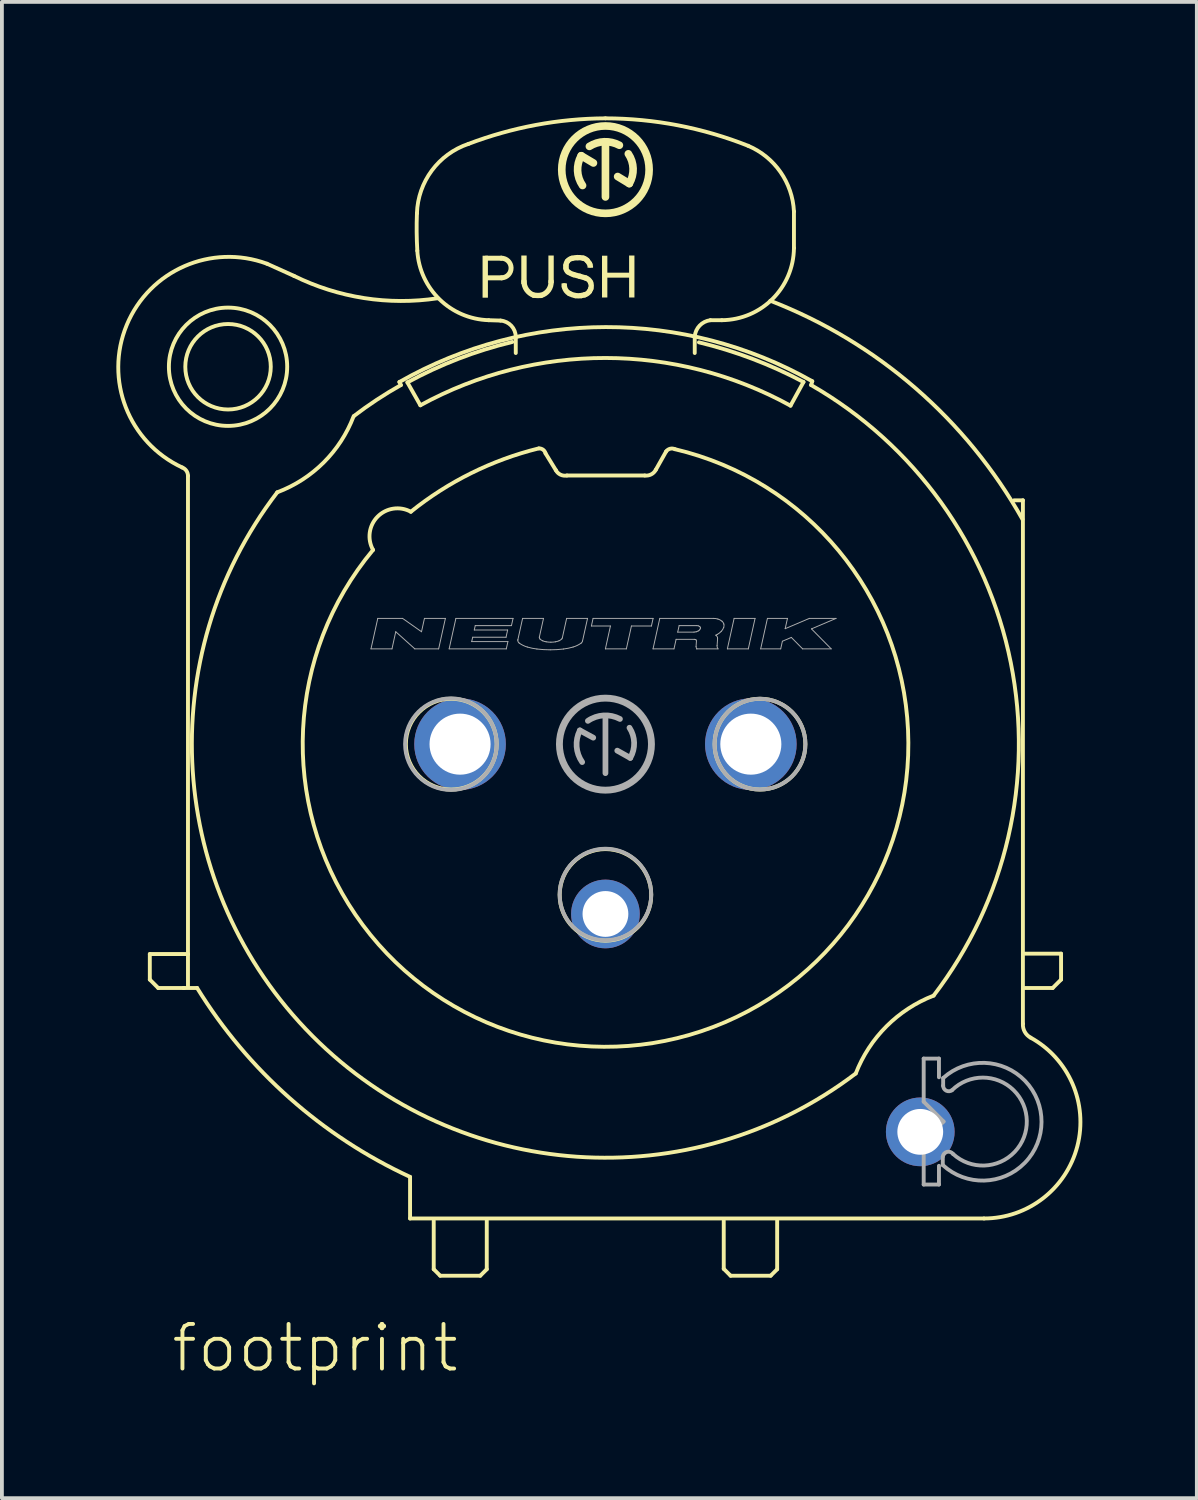
<source format=kicad_pcb>
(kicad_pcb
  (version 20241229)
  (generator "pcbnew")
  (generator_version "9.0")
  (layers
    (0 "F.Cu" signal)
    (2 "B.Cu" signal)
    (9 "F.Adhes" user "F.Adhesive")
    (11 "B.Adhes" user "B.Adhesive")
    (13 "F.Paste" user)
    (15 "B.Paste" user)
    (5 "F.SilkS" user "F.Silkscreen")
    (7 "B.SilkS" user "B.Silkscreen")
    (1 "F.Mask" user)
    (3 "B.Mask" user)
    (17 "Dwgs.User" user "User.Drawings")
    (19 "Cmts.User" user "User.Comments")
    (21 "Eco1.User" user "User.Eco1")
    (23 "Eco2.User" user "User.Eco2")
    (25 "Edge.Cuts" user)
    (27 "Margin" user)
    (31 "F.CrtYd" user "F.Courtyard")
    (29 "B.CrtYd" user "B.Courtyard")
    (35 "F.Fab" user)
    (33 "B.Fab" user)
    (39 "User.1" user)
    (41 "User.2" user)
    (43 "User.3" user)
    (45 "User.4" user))
  (footprint "footprint"
    (layer "F.Cu")
    (at 12.816 16.451)
    (property "Reference" "footprint" (at -11.43 16.51 0) (layer "F.SilkS") (effects (font (size 1.168 1.168) (thickness 0.102)) (justify left bottom)))
    (fp_line (start -11.94 5.5) (end -10.94 5.5) (stroke (width 0.102) (type solid)) (layer "F.SilkS"))
    (fp_line (start -11.94 6.17) (end -11.94 5.5) (stroke (width 0.102) (type solid)) (layer "F.SilkS"))
    (fp_line (start -11.72 6.39) (end -11.94 6.17) (stroke (width 0.102) (type solid)) (layer "F.SilkS"))
    (fp_line (start -11.05 6.39) (end -11.72 6.39) (stroke (width 0.102) (type solid)) (layer "F.SilkS"))
    (fp_line (start -11.05 6.39) (end -10.7 6.39) (stroke (width 0.102) (type solid)) (layer "F.SilkS"))
    (fp_line (start -11.04 6.39) (end -11.05 6.39) (stroke (width 0.102) (type solid)) (layer "F.SilkS"))
    (fp_line (start -10.94 5.5) (end -10.94 -7.03) (stroke (width 0.102) (type solid)) (layer "F.SilkS"))
    (fp_line (start -10.94 6.35) (end -10.94 5.52) (stroke (width 0.102) (type solid)) (layer "F.SilkS"))
    (fp_line (start -5.4 -9.49) (end -5.36 -9.41) (stroke (width 0.102) (type solid)) (layer "F.SilkS"))
    (fp_line (start -5.19 -9.48) (end -4.85 -8.88) (stroke (width 0.102) (type solid)) (layer "F.SilkS"))
    (fp_line (start -5.12 11.34) (end -5.12 12.43) (stroke (width 0.102) (type solid)) (layer "F.SilkS"))
    (fp_line (start -5.12 12.43) (end 9.92 12.43) (stroke (width 0.102) (type solid)) (layer "F.SilkS"))
    (fp_line (start -4.5 12.49) (end -4.5 13.76) (stroke (width 0.102) (type solid)) (layer "F.SilkS"))
    (fp_line (start -4.5 13.76) (end -4.33 13.93) (stroke (width 0.102) (type solid)) (layer "F.SilkS"))
    (fp_line (start -4.33 13.93) (end -3.28 13.93) (stroke (width 0.102) (type solid)) (layer "F.SilkS"))
    (fp_line (start -3.28 13.93) (end -3.11 13.76) (stroke (width 0.102) (type solid)) (layer "F.SilkS"))
    (fp_line (start -3.13 -12.735) (end -2.73 -12.735) (stroke (width 0.13) (type solid)) (layer "F.SilkS"))
    (fp_line (start -3.11 13.76) (end -3.11 12.47) (stroke (width 0.102) (type solid)) (layer "F.SilkS"))
    (fp_line (start -2.75 -11.1) (end -3.06 -11.11) (stroke (width 0.102) (type solid)) (layer "F.SilkS"))
    (fp_line (start -2.72 -12.22) (end -3.11 -12.22) (stroke (width 0.13) (type solid)) (layer "F.SilkS"))
    (fp_line (start -2.35 -10.25) (end -2.35 -10.67) (stroke (width 0.102) (type solid)) (layer "F.SilkS"))
    (fp_line (start -1.3 -7.18) (end -1.57 -7.62) (stroke (width 0.102) (type solid)) (layer "F.SilkS"))
    (fp_line (start -1.08 -12.01) (end -1.075 -11.985) (stroke (width 0.14) (type solid)) (layer "F.SilkS"))
    (fp_line (start -0.315 -15.23) (end -0.635 -15.42) (stroke (width 0.2) (type solid)) (layer "F.SilkS"))
    (fp_line (start 0 -14.34) (end 0 -15.73) (stroke (width 0.2) (type solid)) (layer "F.SilkS"))
    (fp_line (start 0.32 -14.875) (end 0.625 -14.69) (stroke (width 0.2) (type solid)) (layer "F.SilkS"))
    (fp_line (start 1.03 -7.04) (end -1.01 -7.04) (stroke (width 0.102) (type solid)) (layer "F.SilkS"))
    (fp_line (start 1.59 -7.67) (end 1.32 -7.19) (stroke (width 0.102) (type solid)) (layer "F.SilkS"))
    (fp_line (start 3.1 12.49) (end 3.1 13.75) (stroke (width 0.102) (type solid)) (layer "F.SilkS"))
    (fp_line (start 3.1 13.75) (end 3.28 13.93) (stroke (width 0.102) (type solid)) (layer "F.SilkS"))
    (fp_line (start 3.28 13.93) (end 4.33 13.93) (stroke (width 0.102) (type solid)) (layer "F.SilkS"))
    (fp_line (start 4.33 13.93) (end 4.5 13.76) (stroke (width 0.102) (type solid)) (layer "F.SilkS"))
    (fp_line (start 4.5 13.76) (end 4.5 12.48) (stroke (width 0.102) (type solid)) (layer "F.SilkS"))
    (fp_line (start 4.85 -8.87) (end 5.19 -9.49) (stroke (width 0.102) (type solid)) (layer "F.SilkS"))
    (fp_line (start 4.94 -13.96) (end 4.94 -13) (stroke (width 0.102) (type solid)) (layer "F.SilkS"))
    (fp_line (start 5.39 -9.41) (end 5.42 -9.51) (stroke (width 0.102) (type solid)) (layer "F.SilkS"))
    (fp_line (start 10.94 -6.39) (end 10.71 -6.39) (stroke (width 0.102) (type solid)) (layer "F.SilkS"))
    (fp_line (start 10.94 7.33) (end 10.94 -6.39) (stroke (width 0.102) (type solid)) (layer "F.SilkS"))
    (fp_line (start 10.99 6.39) (end 11.72 6.39) (stroke (width 0.102) (type solid)) (layer "F.SilkS"))
    (fp_line (start 11.72 6.39) (end 11.94 6.17) (stroke (width 0.102) (type solid)) (layer "F.SilkS"))
    (fp_line (start 11.94 5.49) (end 10.99 5.49) (stroke (width 0.102) (type solid)) (layer "F.SilkS"))
    (fp_line (start 11.94 6.17) (end 11.94 5.49) (stroke (width 0.102) (type solid)) (layer "F.SilkS"))
    (fp_arc (start -11.090001 -7.25) (mid -10.981063 -7.163139) (end -10.94 -7.03) (stroke (width 0.1016) (type solid)) (layer "F.SilkS"))
    (fp_arc (start -11.09 -7.25) (mid -12.543512 -10.985729) (end -8.87 -12.59) (stroke (width 0.1016) (type solid)) (layer "F.SilkS"))
    (fp_arc (start -8.87 -12.59) (mid -8.514255 -12.431652) (end -8.16 -12.27) (stroke (width 0.1016) (type solid)) (layer "F.SilkS"))
    (fp_arc (start -6.6 -8.589999) (mid -7.385874 -7.379798) (end -8.6 -6.6) (stroke (width 0.1016) (type solid)) (layer "F.SilkS"))
    (fp_arc (start -6.59 -8.6) (mid -5.989419 -9.026896) (end -5.36 -9.41) (stroke (width 0.1016) (type solid)) (layer "F.SilkS"))
    (fp_arc (start -6.09 -5.09) (mid -5.970889 -5.96213) (end -5.1 -6.09) (stroke (width 0.1016) (type solid)) (layer "F.SilkS"))
    (fp_arc (start -5.4 -9.49) (mid 0.007357 -10.929608) (end 5.42 -9.51) (stroke (width 0.1016) (type solid)) (layer "F.SilkS"))
    (fp_arc (start -5.19 -9.48) (mid -3.849732 -10.100106) (end -2.44 -10.54) (stroke (width 0.1016) (type solid)) (layer "F.SilkS"))
    (fp_arc (start -5.12 11.339999) (mid -8.274831 9.276263) (end -10.7 6.39) (stroke (width 0.1016) (type solid)) (layer "F.SilkS"))
    (fp_arc (start -5.1 -6.09) (mid -3.515654 -7.102947) (end -1.75 -7.75) (stroke (width 0.1016) (type solid)) (layer "F.SilkS"))
    (fp_arc (start -4.94 -13.91) (mid -4.550179 -15.031535) (end -3.589998 -15.73) (stroke (width 0.1016) (type solid)) (layer "F.SilkS"))
    (fp_arc (start -4.93 -12.93) (mid -4.946992 -13.419878) (end -4.94 -13.91) (stroke (width 0.1016) (type solid)) (layer "F.SilkS"))
    (fp_arc (start -4.85 -8.88) (mid 0.001283 -10.119665) (end 4.850001 -8.870001) (stroke (width 0.1016) (type solid)) (layer "F.SilkS"))
    (fp_arc (start -4.3995 -11.6841) (mid -6.324542 -11.689559) (end -8.16 -12.27) (stroke (width 0.1016) (type solid)) (layer "F.SilkS"))
    (fp_arc (start -3.59 -15.73) (mid -1.825069 -16.226116) (end 0 -16.4) (stroke (width 0.1016) (type solid)) (layer "F.SilkS"))
    (fp_arc (start -3.06 -11.11) (mid -4.347877 -11.657428) (end -4.929998 -12.93) (stroke (width 0.1016) (type solid)) (layer "F.SilkS"))
    (fp_arc (start -2.75 -11.1) (mid -2.465454 -10.963647) (end -2.35 -10.67) (stroke (width 0.1016) (type solid)) (layer "F.SilkS"))
    (fp_arc (start -2.73 -12.735) (mid -2.47245 -12.482404) (end -2.719998 -12.219998) (stroke (width 0.13) (type solid)) (layer "F.SilkS"))
    (fp_arc (start -1.88 -11.765) (mid -2.064528 -11.907658) (end -2.135 -12.13) (stroke (width 0.14) (type solid)) (layer "F.SilkS"))
    (fp_arc (start -1.74 -7.75) (mid -1.632357 -7.71461) (end -1.57 -7.62) (stroke (width 0.1016) (type solid)) (layer "F.SilkS"))
    (fp_arc (start -1.69 -11.76) (mid -1.785118 -11.758012) (end -1.88 -11.765) (stroke (width 0.14) (type solid)) (layer "F.SilkS"))
    (fp_arc (start -1.425 -12.13) (mid -1.491164 -11.897489) (end -1.69 -11.76) (stroke (width 0.14) (type solid)) (layer "F.SilkS"))
    (fp_arc (start -1.035 -12.545) (mid -1.023241 -12.602997) (end -0.994999 -12.655) (stroke (width 0.14) (type solid)) (layer "F.SilkS"))
    (fp_arc (start -1.035 -12.475) (mid -1.035897 -12.51) (end -1.035 -12.545) (stroke (width 0.14) (type solid)) (layer "F.SilkS"))
    (fp_arc (start -1.01 -7.04) (mid -1.178221 -7.061899) (end -1.299999 -7.18) (stroke (width 0.1016) (type solid)) (layer "F.SilkS"))
    (fp_arc (start -0.995 -12.655) (mid -0.944061 -12.70256) (end -0.88 -12.73) (stroke (width 0.14) (type solid)) (layer "F.SilkS"))
    (fp_arc (start -0.98 -12.375) (mid -1.018984 -12.418684) (end -1.035 -12.475001) (stroke (width 0.14) (type solid)) (layer "F.SilkS"))
    (fp_arc (start -0.945 -11.809999) (mid -1.02964 -11.88291) (end -1.075 -11.985) (stroke (width 0.14) (type solid)) (layer "F.SilkS"))
    (fp_arc (start -0.88 -12.73) (mid -0.805495 -12.743715) (end -0.73 -12.75) (stroke (width 0.14) (type solid)) (layer "F.SilkS"))
    (fp_arc (start -0.835 -12.305) (mid -0.91042 -12.33395) (end -0.98 -12.375) (stroke (width 0.14) (type solid)) (layer "F.SilkS"))
    (fp_arc (start -0.785 -11.755) (mid -0.867193 -11.776119) (end -0.945 -11.81) (stroke (width 0.14) (type solid)) (layer "F.SilkS"))
    (fp_arc (start -0.73 -12.75) (mid -0.654498 -12.747518) (end -0.58 -12.735) (stroke (width 0.14) (type solid)) (layer "F.SilkS"))
    (fp_arc (start -0.67 -12.26) (mid -0.752692 -12.281798) (end -0.835 -12.305) (stroke (width 0.14) (type solid)) (layer "F.SilkS"))
    (fp_arc (start -0.67 -12.26) (mid -0.592125 -12.238792) (end -0.515 -12.215) (stroke (width 0.14) (type solid)) (layer "F.SilkS"))
    (fp_arc (start -0.635 -11.755) (mid -0.71 -11.748536) (end -0.785 -11.755) (stroke (width 0.14) (type solid)) (layer "F.SilkS"))
    (fp_arc (start -0.600001 -14.640001) (mid -0.729534 -15.024974) (end -0.635 -15.42) (stroke (width 0.2) (type solid)) (layer "F.SilkS"))
    (fp_arc (start -0.58 -12.735) (mid -0.52536 -12.712732) (end -0.479999 -12.675) (stroke (width 0.14) (type solid)) (layer "F.SilkS"))
    (fp_arc (start -0.545 -11.775) (mid -0.589766 -11.763948) (end -0.635 -11.755) (stroke (width 0.14) (type solid)) (layer "F.SilkS"))
    (fp_arc (start -0.515 -12.214999) (mid -0.439996 -12.171091) (end -0.39 -12.1) (stroke (width 0.14) (type solid)) (layer "F.SilkS"))
    (fp_arc (start -0.48 -12.675) (mid -0.448393 -12.636205) (end -0.42 -12.595) (stroke (width 0.14) (type solid)) (layer "F.SilkS"))
    (fp_arc (start -0.42 -15.665) (mid -0.031557 -15.786174) (end 0.365001 -15.695) (stroke (width 0.2) (type solid)) (layer "F.SilkS"))
    (fp_arc (start -0.42 -12.595) (mid -0.409613 -12.577721) (end -0.4 -12.56) (stroke (width 0.14) (type solid)) (layer "F.SilkS"))
    (fp_arc (start -0.42 -11.865) (mid -0.474346 -11.808675) (end -0.545 -11.775) (stroke (width 0.14) (type solid)) (layer "F.SilkS"))
    (fp_arc (start -0.39 -12.1) (mid -0.372108 -12.017966) (end -0.385 -11.935) (stroke (width 0.14) (type solid)) (layer "F.SilkS"))
    (fp_arc (start -0.385 -11.935) (mid -0.40031 -11.898905) (end -0.42 -11.865) (stroke (width 0.14) (type solid)) (layer "F.SilkS"))
    (fp_arc (start 0 -16.4) (mid 1.903896 -16.21607) (end 3.74 -15.68) (stroke (width 0.1016) (type solid)) (layer "F.SilkS"))
    (fp_arc (start 0.6 -15.469999) (mid 0.725239 -15.083613) (end 0.625 -14.69) (stroke (width 0.2) (type solid)) (layer "F.SilkS"))
    (fp_arc (start 1.32 -7.19) (mid 1.198655 -7.069267) (end 1.03 -7.04) (stroke (width 0.1016) (type solid)) (layer "F.SilkS"))
    (fp_arc (start 1.59 -7.67) (mid 1.694294 -7.741041) (end 1.82 -7.73) (stroke (width 0.1016) (type solid)) (layer "F.SilkS"))
    (fp_arc (start 1.820001 -7.729999) (mid 2.514914 7.522132) (end -6.09 -5.09) (stroke (width 0.1016) (type solid)) (layer "F.SilkS"))
    (fp_arc (start 2.339999 -10.680001) (mid 2.468258 -10.968173) (end 2.75 -11.11) (stroke (width 0.1016) (type solid)) (layer "F.SilkS"))
    (fp_arc (start 2.34 -10.68) (mid 2.341373 -10.465) (end 2.34 -10.25) (stroke (width 0.1016) (type solid)) (layer "F.SilkS"))
    (fp_arc (start 2.45 -10.53) (mid 3.852843 -10.096528) (end 5.19 -9.49) (stroke (width 0.1016) (type solid)) (layer "F.SilkS"))
    (fp_arc (start 2.75 -11.11) (mid 2.9 -11.110782) (end 3.05 -11.11) (stroke (width 0.1016) (type solid)) (layer "F.SilkS"))
    (fp_arc (start 3.74 -15.68) (mid 4.587041 -14.992353) (end 4.94 -13.959999) (stroke (width 0.1016) (type solid)) (layer "F.SilkS"))
    (fp_arc (start 4.3216 -11.6192) (mid 8.12432 -9.329623) (end 10.93 -5.890001) (stroke (width 0.1016) (type solid)) (layer "F.SilkS"))
    (fp_arc (start 4.94 -13) (mid 4.380591 -11.669408) (end 3.049999 -11.109999) (stroke (width 0.1016) (type solid)) (layer "F.SilkS"))
    (fp_arc (start 5.390001 -9.409999) (mid 10.621564 -2.137578) (end 8.6 6.59) (stroke (width 0.1016) (type solid)) (layer "F.SilkS"))
    (fp_arc (start 6.559998 8.630002) (mid -7.680583 7.644968) (end -8.6 -6.6) (stroke (width 0.1016) (type solid)) (layer "F.SilkS"))
    (fp_arc (start 6.56 8.63) (mid 7.3644 7.3944) (end 8.6 6.59) (stroke (width 0.1016) (type solid)) (layer "F.SilkS"))
    (fp_arc (start 11.14 7.689999) (mid 12.367244 10.532876) (end 9.92 12.43) (stroke (width 0.1016) (type solid)) (layer "F.SilkS"))
    (fp_arc (start 11.14 7.69) (mid 10.988255 7.538747) (end 10.94 7.33) (stroke (width 0.1016) (type solid)) (layer "F.SilkS"))
    (fp_circle (center -9.89 -9.89) (end -8.77 -9.89) (stroke (width 0.102) (type solid)) (fill no) (layer "F.SilkS"))
    (fp_circle (center -9.89 -9.89) (end -8.34 -9.89) (stroke (width 0.102) (type solid)) (fill no) (layer "F.SilkS"))
    (fp_circle (center -4.04 0) (end -2.85 0) (stroke (width 0.102) (type solid)) (fill no) (layer "F.SilkS"))
    (fp_circle (center 0 -15.055) (end 1.145 -15.055) (stroke (width 0.2) (type solid)) (fill no) (layer "F.SilkS"))
    (fp_circle (center 0 3.95) (end 1.2 3.95) (stroke (width 0.102) (type solid)) (fill no) (layer "F.SilkS"))
    (fp_circle (center 4.05 0) (end 5.24 0) (stroke (width 0.102) (type solid)) (fill no) (layer "F.SilkS"))
    (fp_poly (pts (xy -3.22 -11.7) (xy -3.08 -11.7) (xy -3.08 -12.8) (xy -3.22 -12.8)) (stroke (width 0) (type solid)) (fill yes) (layer "F.SilkS"))
    (fp_poly (pts (xy -2.205 -12.06) (xy -2.065 -12.06) (xy -2.065 -12.805) (xy -2.205 -12.805)) (stroke (width 0) (type solid)) (fill yes) (layer "F.SilkS"))
    (fp_poly (pts (xy -1.495 -12.08) (xy -1.355 -12.08) (xy -1.355 -12.805) (xy -1.495 -12.805)) (stroke (width 0) (type solid)) (fill yes) (layer "F.SilkS"))
    (fp_poly (pts (xy -1.15 -12.025) (xy -1.01 -12.025) (xy -1.01 -12.075) (xy -1.15 -12.075)) (stroke (width 0) (type solid)) (fill yes) (layer "F.SilkS"))
    (fp_poly (pts (xy -0.47 -12.485) (xy -0.325 -12.485) (xy -0.325 -12.545) (xy -0.47 -12.545)) (stroke (width 0) (type solid)) (fill yes) (layer "F.SilkS"))
    (fp_poly (pts (xy -0.09 -11.705) (xy 0.05 -11.705) (xy 0.05 -12.8) (xy -0.09 -12.8)) (stroke (width 0) (type solid)) (fill yes) (layer "F.SilkS"))
    (fp_poly (pts (xy 0.035 -12.225) (xy 0.64 -12.225) (xy 0.64 -12.355) (xy 0.035 -12.355)) (stroke (width 0) (type solid)) (fill yes) (layer "F.SilkS"))
    (fp_poly (pts (xy 0.62 -11.705) (xy 0.76 -11.705) (xy 0.76 -12.805) (xy 0.62 -12.805)) (stroke (width 0) (type solid)) (fill yes) (layer "F.SilkS"))
    (fp_line (start -6.144 -2.497) (end -5.966 -3.296) (stroke (width 0.025) (type solid)) (layer "F.Fab"))
    (fp_line (start -6.144 -2.497) (end -5.594 -2.497) (stroke (width 0.025) (type solid)) (layer "F.Fab"))
    (fp_line (start -5.966 -3.296) (end -5.317 -3.296) (stroke (width 0.025) (type solid)) (layer "F.Fab"))
    (fp_line (start -5.594 -2.497) (end -5.495 -2.946) (stroke (width 0.025) (type solid)) (layer "F.Fab"))
    (fp_line (start -5.495 -2.946) (end -4.995 -2.497) (stroke (width 0.025) (type solid)) (layer "F.Fab"))
    (fp_line (start -5.317 -3.296) (end -4.82 -2.946) (stroke (width 0.025) (type solid)) (layer "F.Fab"))
    (fp_line (start -4.995 -2.497) (end -4.371 -2.497) (stroke (width 0.025) (type solid)) (layer "F.Fab"))
    (fp_line (start -4.82 -2.946) (end -4.743 -3.296) (stroke (width 0.025) (type solid)) (layer "F.Fab"))
    (fp_line (start -4.743 -3.296) (end -4.194 -3.296) (stroke (width 0.025) (type solid)) (layer "F.Fab"))
    (fp_line (start -4.371 -2.497) (end -4.194 -3.296) (stroke (width 0.025) (type solid)) (layer "F.Fab"))
    (fp_line (start -4.096 -2.497) (end -3.919 -3.296) (stroke (width 0.025) (type solid)) (layer "F.Fab"))
    (fp_line (start -4.096 -2.497) (end -2.598 -2.497) (stroke (width 0.025) (type solid)) (layer "F.Fab"))
    (fp_line (start -3.919 -3.296) (end -2.421 -3.296) (stroke (width 0.025) (type solid)) (layer "F.Fab"))
    (fp_line (start -3.505 -2.687) (end -3.479 -2.802) (stroke (width 0.025) (type solid)) (layer "F.Fab"))
    (fp_line (start -3.505 -2.687) (end -2.556 -2.687) (stroke (width 0.025) (type solid)) (layer "F.Fab"))
    (fp_line (start -3.479 -2.802) (end -2.605 -2.802) (stroke (width 0.025) (type solid)) (layer "F.Fab"))
    (fp_line (start -3.437 -2.991) (end -3.412 -3.106) (stroke (width 0.025) (type solid)) (layer "F.Fab"))
    (fp_line (start -3.437 -2.991) (end -2.563 -2.991) (stroke (width 0.025) (type solid)) (layer "F.Fab"))
    (fp_line (start -3.412 -3.106) (end -2.463 -3.106) (stroke (width 0.025) (type solid)) (layer "F.Fab"))
    (fp_line (start -2.605 -2.802) (end -2.563 -2.991) (stroke (width 0.025) (type solid)) (layer "F.Fab"))
    (fp_line (start -2.598 -2.497) (end -2.556 -2.687) (stroke (width 0.025) (type solid)) (layer "F.Fab"))
    (fp_line (start -2.463 -3.106) (end -2.421 -3.296) (stroke (width 0.025) (type solid)) (layer "F.Fab"))
    (fp_line (start -2.294 -2.741) (end -2.171 -3.296) (stroke (width 0.025) (type solid)) (layer "F.Fab"))
    (fp_line (start -2.171 -3.296) (end -1.623 -3.296) (stroke (width 0.025) (type solid)) (layer "F.Fab"))
    (fp_line (start -1.731 -2.81) (end -1.623 -3.296) (stroke (width 0.025) (type solid)) (layer "F.Fab"))
    (fp_line (start -1.13 -2.784) (end -1.017 -3.296) (stroke (width 0.025) (type solid)) (layer "F.Fab"))
    (fp_line (start -1.017 -3.296) (end -0.469 -3.296) (stroke (width 0.025) (type solid)) (layer "F.Fab"))
    (fp_line (start -0.67 -0.36) (end -0.32 -0.17) (stroke (width 0.15) (type solid)) (layer "F.Fab"))
    (fp_line (start -0.601 -2.702) (end -0.469 -3.296) (stroke (width 0.025) (type solid)) (layer "F.Fab"))
    (fp_line (start -0.368 -3.096) (end -0.324 -3.296) (stroke (width 0.025) (type solid)) (layer "F.Fab"))
    (fp_line (start -0.368 -3.096) (end 0.131 -3.096) (stroke (width 0.025) (type solid)) (layer "F.Fab"))
    (fp_line (start -0.324 -3.296) (end 1.249 -3.296) (stroke (width 0.025) (type solid)) (layer "F.Fab"))
    (fp_line (start -0.001 -2.497) (end 0.131 -3.096) (stroke (width 0.025) (type solid)) (layer "F.Fab"))
    (fp_line (start -0.001 -2.497) (end 0.548 -2.497) (stroke (width 0.025) (type solid)) (layer "F.Fab"))
    (fp_line (start 0 0.76) (end 0 -0.74) (stroke (width 0.15) (type solid)) (layer "F.Fab"))
    (fp_line (start 0.31 0.17) (end 0.65 0.36) (stroke (width 0.15) (type solid)) (layer "F.Fab"))
    (fp_line (start 0.548 -2.497) (end 0.681 -3.096) (stroke (width 0.025) (type solid)) (layer "F.Fab"))
    (fp_line (start 0.681 -3.096) (end 1.205 -3.096) (stroke (width 0.025) (type solid)) (layer "F.Fab"))
    (fp_line (start 1.205 -3.096) (end 1.249 -3.296) (stroke (width 0.025) (type solid)) (layer "F.Fab"))
    (fp_line (start 1.247 -2.497) (end 1.424 -3.296) (stroke (width 0.025) (type solid)) (layer "F.Fab"))
    (fp_line (start 1.247 -2.497) (end 1.796 -2.497) (stroke (width 0.025) (type solid)) (layer "F.Fab"))
    (fp_line (start 1.424 -3.296) (end 2.826 -3.296) (stroke (width 0.025) (type solid)) (layer "F.Fab"))
    (fp_line (start 1.796 -2.497) (end 1.852 -2.747) (stroke (width 0.025) (type solid)) (layer "F.Fab"))
    (fp_line (start 1.852 -2.747) (end 2.328 -2.747) (stroke (width 0.025) (type solid)) (layer "F.Fab"))
    (fp_line (start 1.894 -2.936) (end 1.931 -3.106) (stroke (width 0.025) (type solid)) (layer "F.Fab"))
    (fp_line (start 1.894 -2.936) (end 2.321 -2.936) (stroke (width 0.025) (type solid)) (layer "F.Fab"))
    (fp_line (start 1.931 -3.106) (end 2.394 -3.106) (stroke (width 0.025) (type solid)) (layer "F.Fab"))
    (fp_line (start 2.375 -2.561) (end 2.385 -2.707) (stroke (width 0.025) (type solid)) (layer "F.Fab"))
    (fp_line (start 2.394 -2.497) (end 2.394 -2.497) (stroke (width 0.025) (type solid)) (layer "F.Fab"))
    (fp_line (start 2.394 -2.497) (end 2.95 -2.497) (stroke (width 0.025) (type solid)) (layer "F.Fab"))
    (fp_line (start 2.926 -2.581) (end 2.939 -2.767) (stroke (width 0.025) (type solid)) (layer "F.Fab"))
    (fp_line (start 3.195 -2.497) (end 3.372 -3.296) (stroke (width 0.025) (type solid)) (layer "F.Fab"))
    (fp_line (start 3.195 -2.497) (end 3.744 -2.497) (stroke (width 0.025) (type solid)) (layer "F.Fab"))
    (fp_line (start 3.372 -3.296) (end 3.921 -3.296) (stroke (width 0.025) (type solid)) (layer "F.Fab"))
    (fp_line (start 3.744 -2.497) (end 3.921 -3.296) (stroke (width 0.025) (type solid)) (layer "F.Fab"))
    (fp_line (start 4.068 -2.497) (end 4.245 -3.296) (stroke (width 0.025) (type solid)) (layer "F.Fab"))
    (fp_line (start 4.068 -2.497) (end 4.593 -2.497) (stroke (width 0.025) (type solid)) (layer "F.Fab"))
    (fp_line (start 4.245 -3.296) (end 4.77 -3.296) (stroke (width 0.025) (type solid)) (layer "F.Fab"))
    (fp_line (start 4.593 -2.497) (end 4.637 -2.697) (stroke (width 0.025) (type solid)) (layer "F.Fab"))
    (fp_line (start 4.637 -2.697) (end 4.871 -2.797) (stroke (width 0.025) (type solid)) (layer "F.Fab"))
    (fp_line (start 4.71 -3.026) (end 4.77 -3.296) (stroke (width 0.025) (type solid)) (layer "F.Fab"))
    (fp_line (start 4.71 -3.026) (end 5.344 -3.296) (stroke (width 0.025) (type solid)) (layer "F.Fab"))
    (fp_line (start 4.871 -2.797) (end 5.167 -2.497) (stroke (width 0.025) (type solid)) (layer "F.Fab"))
    (fp_line (start 5.167 -2.497) (end 5.916 -2.497) (stroke (width 0.025) (type solid)) (layer "F.Fab"))
    (fp_line (start 5.344 -3.296) (end 6.043 -3.296) (stroke (width 0.025) (type solid)) (layer "F.Fab"))
    (fp_line (start 5.399 -3.021) (end 5.916 -2.497) (stroke (width 0.025) (type solid)) (layer "F.Fab"))
    (fp_line (start 5.399 -3.021) (end 6.043 -3.296) (stroke (width 0.025) (type solid)) (layer "F.Fab"))
    (fp_line (start 8.34 8.24) (end 8.34 9.37) (stroke (width 0.102) (type solid)) (layer "F.Fab"))
    (fp_line (start 8.34 8.24) (end 8.74 8.24) (stroke (width 0.102) (type solid)) (layer "F.Fab"))
    (fp_line (start 8.34 9.37) (end 8.86 9.89) (stroke (width 0.102) (type solid)) (layer "F.Fab"))
    (fp_line (start 8.34 10.41) (end 8.34 11.54) (stroke (width 0.102) (type solid)) (layer "F.Fab"))
    (fp_line (start 8.34 11.54) (end 8.74 11.54) (stroke (width 0.102) (type solid)) (layer "F.Fab"))
    (fp_line (start 8.74 8.24) (end 8.74 8.73) (stroke (width 0.102) (type solid)) (layer "F.Fab"))
    (fp_line (start 8.74 11.54) (end 8.74 11.05) (stroke (width 0.102) (type solid)) (layer "F.Fab"))
    (fp_line (start 8.84 11.03) (end 8.84 10.82) (stroke (width 0.102) (type solid)) (layer "F.Fab"))
    (fp_line (start 8.85 8.75) (end 8.85 8.95) (stroke (width 0.102) (type solid)) (layer "F.Fab"))
    (fp_line (start 8.86 9.89) (end 8.34 10.41) (stroke (width 0.102) (type solid)) (layer "F.Fab"))
    (fp_arc (start -2.2964 -2.7217) (mid -2.295867 -2.731456) (end -2.2943 -2.7411) (stroke (width 0.0254) (type solid)) (layer "F.Fab"))
    (fp_arc (start -2.2578 -2.6471) (mid -2.286121 -2.679718) (end -2.2963 -2.7217) (stroke (width 0.0254) (type solid)) (layer "F.Fab"))
    (fp_arc (start -2.0477 -2.5452) (mid -2.156985 -2.587418) (end -2.2578 -2.6471) (stroke (width 0.0254) (type solid)) (layer "F.Fab"))
    (fp_arc (start -1.796 -2.4932) (mid -1.922923 -2.514007) (end -2.0477 -2.5452) (stroke (width 0.0254) (type solid)) (layer "F.Fab"))
    (fp_arc (start -1.7326 -2.7966) (mid -1.732234 -2.803244) (end -1.7311 -2.8098) (stroke (width 0.0254) (type solid)) (layer "F.Fab"))
    (fp_arc (start -1.715901 -2.7561) (mid -1.728335 -2.774676) (end -1.7327 -2.7966) (stroke (width 0.0254) (type solid)) (layer "F.Fab"))
    (fp_arc (start -1.6443 -2.7083) (mid -1.682454 -2.728675) (end -1.7159 -2.7561) (stroke (width 0.0254) (type solid)) (layer "F.Fab"))
    (fp_arc (start -1.5538 -2.6822) (mid -1.599779 -2.692723) (end -1.6443 -2.7083) (stroke (width 0.0254) (type solid)) (layer "F.Fab"))
    (fp_arc (start -1.4474 -2.4721) (mid -1.62202 -2.477365) (end -1.796 -2.4932) (stroke (width 0.0254) (type solid)) (layer "F.Fab"))
    (fp_arc (start -1.4308 -2.6718) (mid -1.492521 -2.674388) (end -1.5538 -2.6822) (stroke (width 0.0254) (type solid)) (layer "F.Fab"))
    (fp_arc (start -1.3079 -2.6822) (mid -1.369129 -2.67439) (end -1.4308 -2.6718) (stroke (width 0.0254) (type solid)) (layer "F.Fab"))
    (fp_arc (start -1.2174 -2.7083) (mid -1.261921 -2.692723) (end -1.3079 -2.6822) (stroke (width 0.0254) (type solid)) (layer "F.Fab"))
    (fp_arc (start -1.1458 -2.7561) (mid -1.179246 -2.728674) (end -1.2174 -2.7083) (stroke (width 0.0254) (type solid)) (layer "F.Fab"))
    (fp_arc (start -1.1304 -2.783899) (mid -1.136132 -2.768909) (end -1.1458 -2.7561) (stroke (width 0.0254) (type solid)) (layer "F.Fab"))
    (fp_arc (start -1.0989 -2.4931) (mid -1.27283 -2.477266) (end -1.4474 -2.472) (stroke (width 0.0254) (type solid)) (layer "F.Fab"))
    (fp_arc (start -0.8472 -2.5452) (mid -0.971977 -2.514007) (end -1.0989 -2.4932) (stroke (width 0.0254) (type solid)) (layer "F.Fab"))
    (fp_arc (start -0.6371 -2.6471) (mid -0.737916 -2.587421) (end -0.8472 -2.5452) (stroke (width 0.0254) (type solid)) (layer "F.Fab"))
    (fp_arc (start -0.61 0.47) (mid -0.754745 0.063295) (end -0.670001 -0.359999) (stroke (width 0.15) (type solid)) (layer "F.Fab"))
    (fp_arc (start -0.6007 -2.7023) (mid -0.613738 -2.671296) (end -0.6371 -2.6471) (stroke (width 0.0254) (type solid)) (layer "F.Fab"))
    (fp_arc (start -0.46 -0.61) (mid -0.047007 -0.752716) (end 0.38 -0.66) (stroke (width 0.15) (type solid)) (layer "F.Fab"))
    (fp_arc (start 0.63 -0.429999) (mid 0.752066 -0.037837) (end 0.65 0.36) (stroke (width 0.15) (type solid)) (layer "F.Fab"))
    (fp_arc (start 2.3283 -2.7467) (mid 2.340566 -2.745829) (end 2.3526 -2.7433) (stroke (width 0.0254) (type solid)) (layer "F.Fab"))
    (fp_arc (start 2.3526 -2.7432) (mid 2.364222 -2.738519) (end 2.3746 -2.7315) (stroke (width 0.0254) (type solid)) (layer "F.Fab"))
    (fp_arc (start 2.3746 -2.7315) (mid 2.380482 -2.724772) (end 2.3841 -2.7166) (stroke (width 0.0254) (type solid)) (layer "F.Fab"))
    (fp_arc (start 2.3785 -2.9442) (mid 2.349756 -2.938398) (end 2.3205 -2.9364) (stroke (width 0.0254) (type solid)) (layer "F.Fab"))
    (fp_arc (start 2.3943 -2.497) (mid 2.380142 -2.527484) (end 2.375 -2.5607) (stroke (width 0.0254) (type solid)) (layer "F.Fab"))
    (fp_arc (start 2.3944 -3.1062) (mid 2.414793 -3.104721) (end 2.4348 -3.1005) (stroke (width 0.0254) (type solid)) (layer "F.Fab"))
    (fp_arc (start 2.4288 -2.9645) (mid 2.404263 -2.952875) (end 2.3785 -2.9443) (stroke (width 0.0254) (type solid)) (layer "F.Fab"))
    (fp_arc (start 2.4348 -3.1005) (mid 2.454244 -3.09272) (end 2.4716 -3.081) (stroke (width 0.0254) (type solid)) (layer "F.Fab"))
    (fp_arc (start 2.4641 -2.9914) (mid 2.447446 -2.976643) (end 2.4288 -2.9645) (stroke (width 0.0254) (type solid)) (layer "F.Fab"))
    (fp_arc (start 2.471599 -3.081) (mid 2.481397 -3.069754) (end 2.4874 -3.0561) (stroke (width 0.0254) (type solid)) (layer "F.Fab"))
    (fp_arc (start 2.4861 -3.0267) (mid 2.476985 -3.007875) (end 2.4641 -2.9914) (stroke (width 0.0254) (type solid)) (layer "F.Fab"))
    (fp_arc (start 2.4874 -3.056101) (mid 2.488998 -3.041301) (end 2.4861 -3.0267) (stroke (width 0.0254) (type solid)) (layer "F.Fab"))
    (fp_arc (start 2.8259 -3.296) (mid 2.886677 -3.291588) (end 2.9463 -3.279) (stroke (width 0.0254) (type solid)) (layer "F.Fab"))
    (fp_arc (start 2.8917 -2.8549) (mid 2.899191 -2.849485) (end 2.9064 -2.8437) (stroke (width 0.0254) (type solid)) (layer "F.Fab"))
    (fp_arc (start 2.9064 -2.8437) (mid 2.924646 -2.822802) (end 2.9358 -2.7974) (stroke (width 0.0254) (type solid)) (layer "F.Fab"))
    (fp_arc (start 2.9282 -2.8737) (mid 2.910094 -2.86407) (end 2.8917 -2.855) (stroke (width 0.0254) (type solid)) (layer "F.Fab"))
    (fp_arc (start 2.9358 -2.7974) (mid 2.93855 -2.782173) (end 2.9387 -2.7667) (stroke (width 0.0254) (type solid)) (layer "F.Fab"))
    (fp_arc (start 2.9463 -3.279) (mid 3.004211 -3.255758) (end 3.0559 -3.2208) (stroke (width 0.0254) (type solid)) (layer "F.Fab"))
    (fp_arc (start 2.950299 -2.497) (mid 2.930466 -2.536583) (end 2.9257 -2.5806) (stroke (width 0.0254) (type solid)) (layer "F.Fab"))
    (fp_arc (start 3.0334 -2.9539) (mid 2.983769 -2.909906) (end 2.9282 -2.8737) (stroke (width 0.0254) (type solid)) (layer "F.Fab"))
    (fp_arc (start 3.0559 -3.2208) (mid 3.085071 -3.187347) (end 3.1029 -3.1467) (stroke (width 0.0254) (type solid)) (layer "F.Fab"))
    (fp_arc (start 3.0992 -3.0591) (mid 3.071923 -3.002983) (end 3.0334 -2.9539) (stroke (width 0.0254) (type solid)) (layer "F.Fab"))
    (fp_arc (start 3.102899 -3.1467) (mid 3.107748 -3.102617) (end 3.0992 -3.0591) (stroke (width 0.0254) (type solid)) (layer "F.Fab"))
    (fp_arc (start 8.839998 10.809999) (mid 8.951546 10.684535) (end 9.11 10.74) (stroke (width 0.1016) (type solid)) (layer "F.Fab"))
    (fp_arc (start 8.85 8.75) (mid 11.428113 9.901329) (end 8.84 11.03) (stroke (width 0.1016) (type solid)) (layer "F.Fab"))
    (fp_arc (start 9.079998 9.069999) (mid 8.928572 9.079818) (end 8.85 8.95) (stroke (width 0.1016) (type solid)) (layer "F.Fab"))
    (fp_arc (start 9.08 9.07) (mid 11.041917 9.870025) (end 9.11 10.74) (stroke (width 0.1016) (type solid)) (layer "F.Fab"))
    (fp_circle (center -4.05 0) (end -2.85 0) (stroke (width 0.102) (type solid)) (fill no) (layer "F.Fab"))
    (fp_circle (center 0 0) (end 1.206 0) (stroke (width 0.18) (type solid)) (fill no) (layer "F.Fab"))
    (fp_circle (center 0 3.94) (end 1.2 3.94) (stroke (width 0.102) (type solid)) (fill no) (layer "F.Fab"))
    (fp_circle (center 4.05 0) (end 5.24 0) (stroke (width 0.102) (type solid)) (fill no) (layer "F.Fab"))
    (pad "1" thru_hole circle (at 3.81 0) (size 2.4 2.4) (drill 1.6) (layers "*.Cu" "*.Mask"))
    (pad "2" thru_hole circle (at -3.81 0) (size 2.4 2.4) (drill 1.6) (layers "*.Cu" "*.Mask"))
    (pad "3" thru_hole circle (at 0 4.45) (size 1.8 1.8) (drill 1.2) (layers "*.Cu" "*.Mask"))
    (pad "G" thru_hole circle (at 8.25 10.16) (size 1.8 1.8) (drill 1.2) (layers "*.Cu" "*.Mask")))
  (gr_rect
    (start -3 -3)
    (end 28.314 36.211)
    (stroke (width 0.1) (type default))
    (fill no)
    (layer "Edge.Cuts")))
</source>
